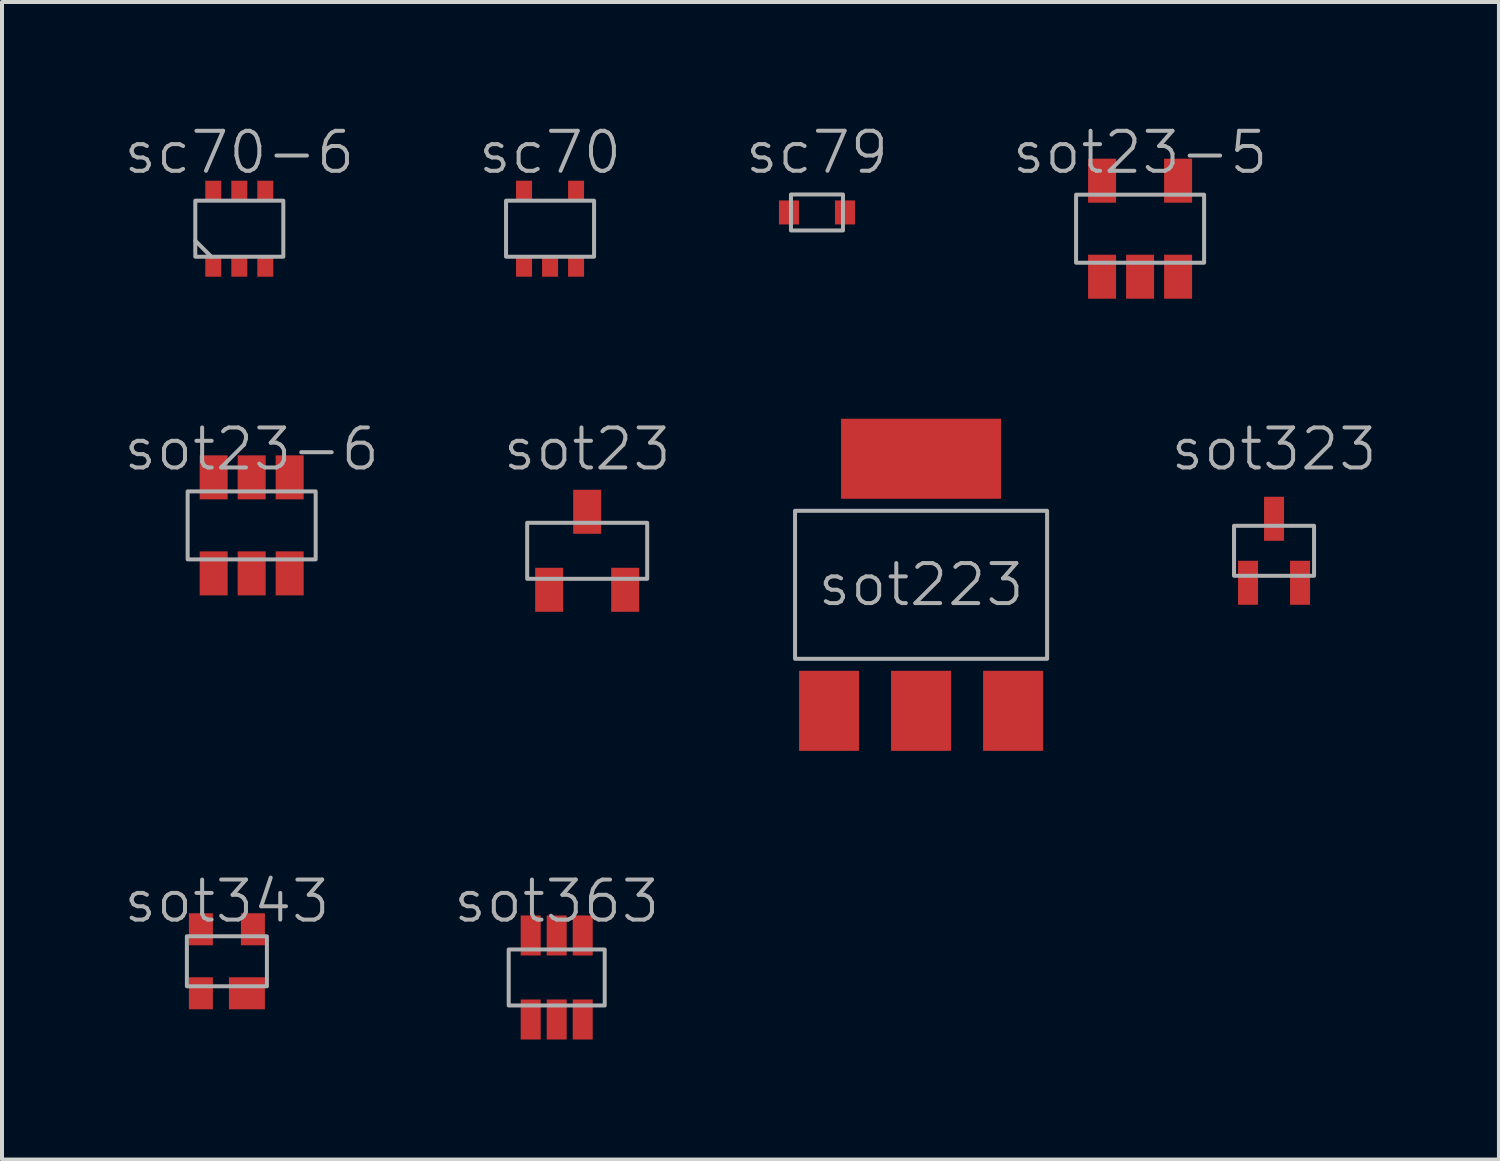
<source format=kicad_pcb>
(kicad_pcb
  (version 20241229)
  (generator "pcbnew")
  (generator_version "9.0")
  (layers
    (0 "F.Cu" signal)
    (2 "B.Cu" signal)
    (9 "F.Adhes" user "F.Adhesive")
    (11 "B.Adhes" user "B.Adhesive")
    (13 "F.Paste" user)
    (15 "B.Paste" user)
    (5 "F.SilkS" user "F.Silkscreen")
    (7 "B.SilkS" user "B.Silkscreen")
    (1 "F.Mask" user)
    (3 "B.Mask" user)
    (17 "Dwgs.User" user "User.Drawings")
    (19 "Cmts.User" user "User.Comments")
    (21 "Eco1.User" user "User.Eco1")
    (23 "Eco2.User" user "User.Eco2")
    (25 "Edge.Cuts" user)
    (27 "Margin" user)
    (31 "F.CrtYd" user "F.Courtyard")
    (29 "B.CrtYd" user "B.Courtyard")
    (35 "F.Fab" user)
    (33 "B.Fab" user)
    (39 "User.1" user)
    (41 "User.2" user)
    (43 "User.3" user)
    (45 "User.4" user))
  (footprint "sot363"
    (layer "F.Cu")
    (at 10.864 21.381)
    (property "Reference" "sot363" (at 0 -1.905 0) (unlocked yes) (layer "F.Fab") (effects (font (size 1 1) (thickness 0.1))))
    (attr smd)
    (fp_rect (start -1.2 0.7) (end 1.2 -0.7) (stroke (width 0.1) (type default)) (fill no) (layer "F.Fab"))
    (pad "1" smd rect (at -0.65 1.05) (size 0.5 1) (layers "F.Cu" "F.Mask" "F.Paste"))
    (pad "2" smd rect (at 0 1.05) (size 0.5 1) (layers "F.Cu" "F.Mask" "F.Paste"))
    (pad "3" smd rect (at 0.65 1.05) (size 0.5 1) (layers "F.Cu" "F.Mask" "F.Paste"))
    (pad "4" smd rect (at 0.65 -1.05) (size 0.5 1) (layers "F.Cu" "F.Mask" "F.Paste"))
    (pad "5" smd rect (at 0 -1.05) (size 0.5 1) (layers "F.Cu" "F.Mask" "F.Paste"))
    (pad "6" smd rect (at -0.65 -1.05) (size 0.5 1) (layers "F.Cu" "F.Mask" "F.Paste")))
  (footprint "sot223"
    (layer "F.Cu")
    (at 19.971 11.566)
    (property "Reference" "sot223" (at 0 0 0) (unlocked yes) (layer "F.Fab") (effects (font (size 1 1) (thickness 0.1))))
    (attr smd)
    (fp_rect (start -3.15 1.85) (end 3.15 -1.85) (stroke (width 0.1) (type default)) (fill no) (layer "F.Fab"))
    (pad "1" smd rect (at -2.3 3.15) (size 1.5 2) (layers "F.Cu" "F.Mask" "F.Paste"))
    (pad "2" smd rect (at 0 3.15) (size 1.5 2) (layers "F.Cu" "F.Mask" "F.Paste"))
    (pad "3" smd rect (at 2.3 3.15) (size 1.5 2) (layers "F.Cu" "F.Mask" "F.Paste"))
    (pad "4" smd rect (at 0 -3.15) (size 4 2) (layers "F.Cu" "F.Mask" "F.Paste")))
  (footprint "sot343"
    (layer "F.Cu")
    (at 2.621 20.976)
    (property "Reference" "sot343" (at 0 -1.5 0) (unlocked yes) (layer "F.Fab") (effects (font (size 1 1) (thickness 0.1))))
    (attr smd)
    (fp_rect (start -1 0.625) (end 1 -0.625) (stroke (width 0.1) (type default)) (fill no) (layer "F.Fab"))
    (pad "1" smd rect (at -0.65 0.8) (size 0.6 0.8) (layers "F.Cu" "F.Mask" "F.Paste"))
    (pad "2" smd rect (at 0.5 0.8) (size 0.9 0.8) (layers "F.Cu" "F.Mask" "F.Paste"))
    (pad "3" smd rect (at 0.65 -0.8) (size 0.6 0.8) (layers "F.Cu" "F.Mask" "F.Paste"))
    (pad "4" smd rect (at -0.65 -0.8) (size 0.6 0.8) (layers "F.Cu" "F.Mask" "F.Paste")))
  (footprint "sc70"
    (layer "F.Cu")
    (at 10.698 2.666)
    (property "Reference" "sc70" (at 0 -1.905 0) (unlocked yes) (layer "F.Fab") (effects (font (size 1 1) (thickness 0.1))))
    (attr smd)
    (fp_rect (start -1.1 0.7) (end 1.1 -0.7) (stroke (width 0.1) (type default)) (fill no) (layer "F.Fab"))
    (pad "1" smd rect (at -0.65 0.95) (size 0.4 0.5) (layers "F.Cu" "F.Mask" "F.Paste"))
    (pad "2" smd rect (at 0 0.95) (size 0.4 0.5) (layers "F.Cu" "F.Mask" "F.Paste"))
    (pad "3" smd rect (at 0.65 0.95) (size 0.4 0.5) (layers "F.Cu" "F.Mask" "F.Paste"))
    (pad "4" smd rect (at 0.65 -0.95) (size 0.4 0.5) (layers "F.Cu" "F.Mask" "F.Paste"))
    (pad "5" smd rect (at -0.65 -0.95) (size 0.4 0.5) (layers "F.Cu" "F.Mask" "F.Paste")))
  (footprint "sot323"
    (layer "F.Cu")
    (at 28.793 10.716)
    (property "Reference" "sot323" (at 0 -2.54 0) (unlocked yes) (layer "F.Fab") (effects (font (size 1 1) (thickness 0.1))))
    (attr smd)
    (fp_rect (start -1 0.625) (end 1 -0.625) (stroke (width 0.1) (type default)) (fill no) (layer "F.Fab"))
    (pad "1" smd rect (at -0.65 0.8) (size 0.5 1.1) (layers "F.Cu" "F.Mask" "F.Paste"))
    (pad "2" smd rect (at 0.65 0.8) (size 0.5 1.1) (layers "F.Cu" "F.Mask" "F.Paste"))
    (pad "3" smd rect (at 0 -0.8) (size 0.5 1.1) (layers "F.Cu" "F.Mask" "F.Paste")))
  (footprint "sot23-5"
    (layer "F.Cu")
    (at 25.445 2.666)
    (property "Reference" "sot23-5" (at 0 -1.905 0) (unlocked yes) (layer "F.Fab") (effects (font (size 1 1) (thickness 0.1))))
    (attr smd)
    (fp_rect (start -1.6 0.85) (end 1.6 -0.85) (stroke (width 0.1) (type default)) (fill no) (layer "F.Fab"))
    (pad "1" smd rect (at -0.95 1.2) (size 0.7 1.1) (layers "F.Cu" "F.Mask" "F.Paste"))
    (pad "2" smd rect (at 0 1.2) (size 0.7 1.1) (layers "F.Cu" "F.Mask" "F.Paste"))
    (pad "3" smd rect (at 0.95 1.2) (size 0.7 1.1) (layers "F.Cu" "F.Mask" "F.Paste"))
    (pad "4" smd rect (at 0.95 -1.2) (size 0.7 1.1) (layers "F.Cu" "F.Mask" "F.Paste"))
    (pad "5" smd rect (at -0.95 -1.2) (size 0.7 1.1) (layers "F.Cu" "F.Mask" "F.Paste")))
  (footprint "sc79"
    (layer "F.Cu")
    (at 17.369 2.26)
    (property "Reference" "sc79" (at 0 -1.5 0) (unlocked yes) (layer "F.Fab") (effects (font (size 1 1) (thickness 0.1))))
    (attr smd)
    (fp_rect (start -0.65 0.45) (end 0.65 -0.45) (stroke (width 0.1) (type default)) (fill no) (layer "F.Fab"))
    (pad "1" smd rect (at -0.7 0) (size 0.5 0.6) (layers "F.Cu" "F.Mask" "F.Paste"))
    (pad "2" smd rect (at 0.7 0) (size 0.5 0.6) (layers "F.Cu" "F.Mask" "F.Paste")))
  (footprint "sot23"
    (layer "F.Cu")
    (at 11.626 10.716)
    (property "Reference" "sot23" (at 0 -2.54 0) (unlocked yes) (layer "F.Fab") (effects (font (size 1 1) (thickness 0.1))))
    (attr smd)
    (fp_rect (start -1.5 0.7) (end 1.5 -0.7) (stroke (width 0.1) (type default)) (fill no) (layer "F.Fab"))
    (pad "1" smd rect (at -0.95 0.975) (size 0.7 1.1) (layers "F.Cu" "F.Mask" "F.Paste"))
    (pad "2" smd rect (at 0.95 0.975) (size 0.7 1.1) (layers "F.Cu" "F.Mask" "F.Paste"))
    (pad "3" smd rect (at 0 -0.975) (size 0.7 1.1) (layers "F.Cu" "F.Mask" "F.Paste")))
  (footprint "sot23-6"
    (layer "F.Cu")
    (at 3.24 10.081)
    (property "Reference" "sot23-6" (at 0 -1.905 0) (unlocked yes) (layer "F.Fab") (effects (font (size 1 1) (thickness 0.1))))
    (attr smd)
    (fp_rect (start -1.6 0.85) (end 1.6 -0.85) (stroke (width 0.1) (type default)) (fill no) (layer "F.Fab"))
    (pad "1" smd rect (at -0.95 1.2) (size 0.7 1.1) (layers "F.Cu" "F.Mask" "F.Paste"))
    (pad "2" smd rect (at 0 1.2) (size 0.7 1.1) (layers "F.Cu" "F.Mask" "F.Paste"))
    (pad "3" smd rect (at 0.95 1.2) (size 0.7 1.1) (layers "F.Cu" "F.Mask" "F.Paste"))
    (pad "4" smd rect (at 0.95 -1.2) (size 0.7 1.1) (layers "F.Cu" "F.Mask" "F.Paste"))
    (pad "5" smd rect (at 0 -1.2) (size 0.7 1.1) (layers "F.Cu" "F.Mask" "F.Paste"))
    (pad "6" smd rect (at -0.95 -1.2) (size 0.7 1.1) (layers "F.Cu" "F.Mask" "F.Paste")))
  (footprint "sc70-6"
    (layer "F.Cu")
    (at 2.931 2.666)
    (property "Reference" "sc70-6" (at 0 -1.905 0) (unlocked yes) (layer "F.Fab") (effects (font (size 1 1) (thickness 0.1))))
    (attr smd)
    (fp_line (start -1.1 0.3) (end -0.7 0.7) (stroke (width 0.1) (type default)) (layer "F.Fab"))
    (fp_rect (start -1.1 0.7) (end 1.1 -0.7) (stroke (width 0.1) (type default)) (fill no) (layer "F.Fab"))
    (pad "1" smd rect (at -0.65 0.95) (size 0.4 0.5) (layers "F.Cu" "F.Mask" "F.Paste"))
    (pad "2" smd rect (at 0 0.95) (size 0.4 0.5) (layers "F.Cu" "F.Mask" "F.Paste"))
    (pad "3" smd rect (at 0.65 0.95) (size 0.4 0.5) (layers "F.Cu" "F.Mask" "F.Paste"))
    (pad "4" smd rect (at 0.65 -0.95) (size 0.4 0.5) (layers "F.Cu" "F.Mask" "F.Paste"))
    (pad "5" smd rect (at 0 -0.95) (size 0.4 0.5) (layers "F.Cu" "F.Mask" "F.Paste"))
    (pad "6" smd rect (at -0.65 -0.95) (size 0.4 0.5) (layers "F.Cu" "F.Mask" "F.Paste")))
  (gr_rect
    (start -3 -3)
    (end 34.414 25.931)
    (stroke (width 0.1) (type default))
    (fill no)
    (layer "Edge.Cuts")))
</source>
